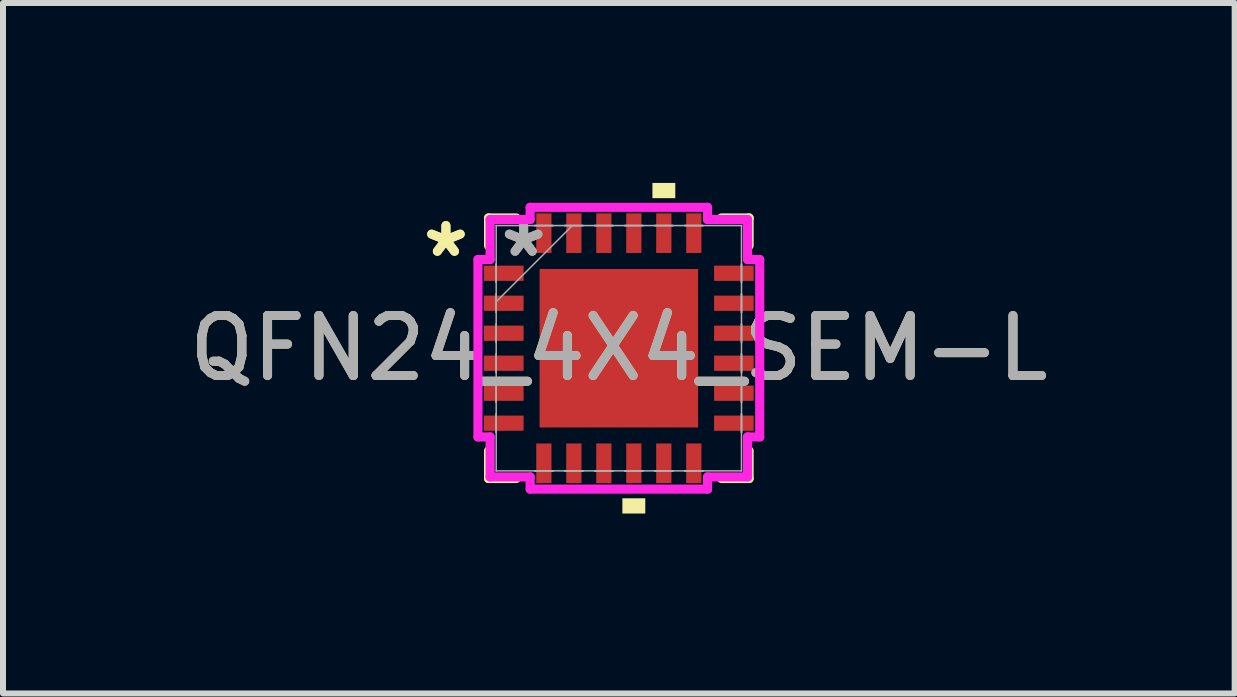
<source format=kicad_pcb>
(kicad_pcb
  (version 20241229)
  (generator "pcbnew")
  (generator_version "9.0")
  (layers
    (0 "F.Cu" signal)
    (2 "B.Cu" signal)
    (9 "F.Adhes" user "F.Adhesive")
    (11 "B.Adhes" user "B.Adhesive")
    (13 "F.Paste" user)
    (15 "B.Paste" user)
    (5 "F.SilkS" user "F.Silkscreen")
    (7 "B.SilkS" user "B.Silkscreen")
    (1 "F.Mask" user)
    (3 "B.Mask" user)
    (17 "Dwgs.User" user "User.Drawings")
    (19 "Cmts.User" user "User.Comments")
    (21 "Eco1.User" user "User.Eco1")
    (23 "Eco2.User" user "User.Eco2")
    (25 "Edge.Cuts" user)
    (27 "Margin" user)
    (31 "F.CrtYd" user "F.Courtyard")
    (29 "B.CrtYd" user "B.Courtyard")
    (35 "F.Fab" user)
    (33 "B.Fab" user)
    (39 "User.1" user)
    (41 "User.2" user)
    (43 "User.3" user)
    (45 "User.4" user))
  (footprint "QFN24_4X4_SEM-L"
    (layer "F.Cu")
    (at 7.268 2.756)
    (property "Reference" "QFN24_4X4_SEM-L" (at 0 0 0) (unlocked yes) (layer "F.SilkS") (effects (font (size 1 1) (thickness 0.15))))
    (attr smd)
    (fp_line (start -2.172 -2.172) (end -2.172 -1.71) (stroke (width 0.152) (type solid)) (layer "F.SilkS"))
    (fp_line (start -2.172 1.71) (end -2.172 2.172) (stroke (width 0.152) (type solid)) (layer "F.SilkS"))
    (fp_line (start -2.172 2.172) (end -1.71 2.172) (stroke (width 0.152) (type solid)) (layer "F.SilkS"))
    (fp_line (start -1.71 -2.172) (end -2.172 -2.172) (stroke (width 0.152) (type solid)) (layer "F.SilkS"))
    (fp_line (start 1.71 2.172) (end 2.172 2.172) (stroke (width 0.152) (type solid)) (layer "F.SilkS"))
    (fp_line (start 2.172 -2.172) (end 1.71 -2.172) (stroke (width 0.152) (type solid)) (layer "F.SilkS"))
    (fp_line (start 2.172 -1.71) (end 2.172 -2.172) (stroke (width 0.152) (type solid)) (layer "F.SilkS"))
    (fp_line (start 2.172 2.172) (end 2.172 1.71) (stroke (width 0.152) (type solid)) (layer "F.SilkS"))
    (fp_poly (pts (xy 0.059 2.502) (xy 0.059 2.756) (xy 0.441 2.756) (xy 0.441 2.502)) (stroke (width 0) (type solid)) (fill yes) (layer "F.SilkS"))
    (fp_poly (pts (xy 0.56 -2.502) (xy 0.56 -2.756) (xy 0.941 -2.756) (xy 0.941 -2.502)) (stroke (width 0) (type solid)) (fill yes) (layer "F.SilkS"))
    (fp_poly (pts (xy -1.221 -1.221) (xy -1.221 -0.1) (xy -0.1 -0.1) (xy -0.1 -1.221)) (stroke (width 0) (type solid)) (fill yes) (layer "F.Paste"))
    (fp_poly (pts (xy -1.221 0.1) (xy -1.221 1.221) (xy -0.1 1.221) (xy -0.1 0.1)) (stroke (width 0) (type solid)) (fill yes) (layer "F.Paste"))
    (fp_poly (pts (xy 0.1 -1.221) (xy 0.1 -0.1) (xy 1.221 -0.1) (xy 1.221 -1.221)) (stroke (width 0) (type solid)) (fill yes) (layer "F.Paste"))
    (fp_poly (pts (xy 0.1 0.1) (xy 0.1 1.221) (xy 1.221 1.221) (xy 1.221 0.1)) (stroke (width 0) (type solid)) (fill yes) (layer "F.Paste"))
    (fp_line (start -2.349 -1.479) (end -2.146 -1.479) (stroke (width 0.152) (type solid)) (layer "F.CrtYd"))
    (fp_line (start -2.349 1.479) (end -2.349 -1.479) (stroke (width 0.152) (type solid)) (layer "F.CrtYd"))
    (fp_line (start -2.146 -2.146) (end -1.479 -2.146) (stroke (width 0.152) (type solid)) (layer "F.CrtYd"))
    (fp_line (start -2.146 -1.479) (end -2.146 -2.146) (stroke (width 0.152) (type solid)) (layer "F.CrtYd"))
    (fp_line (start -2.146 1.479) (end -2.349 1.479) (stroke (width 0.152) (type solid)) (layer "F.CrtYd"))
    (fp_line (start -2.146 2.146) (end -2.146 1.479) (stroke (width 0.152) (type solid)) (layer "F.CrtYd"))
    (fp_line (start -1.479 -2.349) (end 1.479 -2.349) (stroke (width 0.152) (type solid)) (layer "F.CrtYd"))
    (fp_line (start -1.479 -2.146) (end -1.479 -2.349) (stroke (width 0.152) (type solid)) (layer "F.CrtYd"))
    (fp_line (start -1.479 2.146) (end -2.146 2.146) (stroke (width 0.152) (type solid)) (layer "F.CrtYd"))
    (fp_line (start -1.479 2.349) (end -1.479 2.146) (stroke (width 0.152) (type solid)) (layer "F.CrtYd"))
    (fp_line (start 1.479 -2.349) (end 1.479 -2.146) (stroke (width 0.152) (type solid)) (layer "F.CrtYd"))
    (fp_line (start 1.479 -2.146) (end 2.146 -2.146) (stroke (width 0.152) (type solid)) (layer "F.CrtYd"))
    (fp_line (start 1.479 2.146) (end 1.479 2.349) (stroke (width 0.152) (type solid)) (layer "F.CrtYd"))
    (fp_line (start 1.479 2.349) (end -1.479 2.349) (stroke (width 0.152) (type solid)) (layer "F.CrtYd"))
    (fp_line (start 2.146 -2.146) (end 2.146 -1.479) (stroke (width 0.152) (type solid)) (layer "F.CrtYd"))
    (fp_line (start 2.146 -1.479) (end 2.349 -1.479) (stroke (width 0.152) (type solid)) (layer "F.CrtYd"))
    (fp_line (start 2.146 1.479) (end 2.146 2.146) (stroke (width 0.152) (type solid)) (layer "F.CrtYd"))
    (fp_line (start 2.146 2.146) (end 1.479 2.146) (stroke (width 0.152) (type solid)) (layer "F.CrtYd"))
    (fp_line (start 2.349 -1.479) (end 2.349 1.479) (stroke (width 0.152) (type solid)) (layer "F.CrtYd"))
    (fp_line (start 2.349 1.479) (end 2.146 1.479) (stroke (width 0.152) (type solid)) (layer "F.CrtYd"))
    (fp_line (start -2.045 -2.045) (end -2.045 -2.045) (stroke (width 0.025) (type solid)) (layer "F.Fab"))
    (fp_line (start -2.045 -2.045) (end -2.045 2.045) (stroke (width 0.025) (type solid)) (layer "F.Fab"))
    (fp_line (start -2.045 -1.402) (end -2.045 -1.402) (stroke (width 0.025) (type solid)) (layer "F.Fab"))
    (fp_line (start -2.045 -1.402) (end -2.045 -1.098) (stroke (width 0.025) (type solid)) (layer "F.Fab"))
    (fp_line (start -2.045 -1.098) (end -2.045 -1.402) (stroke (width 0.025) (type solid)) (layer "F.Fab"))
    (fp_line (start -2.045 -1.098) (end -2.045 -1.098) (stroke (width 0.025) (type solid)) (layer "F.Fab"))
    (fp_line (start -2.045 -0.902) (end -2.045 -0.902) (stroke (width 0.025) (type solid)) (layer "F.Fab"))
    (fp_line (start -2.045 -0.902) (end -2.045 -0.598) (stroke (width 0.025) (type solid)) (layer "F.Fab"))
    (fp_line (start -2.045 -0.775) (end -0.775 -2.045) (stroke (width 0.025) (type solid)) (layer "F.Fab"))
    (fp_line (start -2.045 -0.598) (end -2.045 -0.902) (stroke (width 0.025) (type solid)) (layer "F.Fab"))
    (fp_line (start -2.045 -0.598) (end -2.045 -0.598) (stroke (width 0.025) (type solid)) (layer "F.Fab"))
    (fp_line (start -2.045 -0.402) (end -2.045 -0.402) (stroke (width 0.025) (type solid)) (layer "F.Fab"))
    (fp_line (start -2.045 -0.402) (end -2.045 -0.098) (stroke (width 0.025) (type solid)) (layer "F.Fab"))
    (fp_line (start -2.045 -0.098) (end -2.045 -0.402) (stroke (width 0.025) (type solid)) (layer "F.Fab"))
    (fp_line (start -2.045 -0.098) (end -2.045 -0.098) (stroke (width 0.025) (type solid)) (layer "F.Fab"))
    (fp_line (start -2.045 0.098) (end -2.045 0.098) (stroke (width 0.025) (type solid)) (layer "F.Fab"))
    (fp_line (start -2.045 0.098) (end -2.045 0.402) (stroke (width 0.025) (type solid)) (layer "F.Fab"))
    (fp_line (start -2.045 0.402) (end -2.045 0.098) (stroke (width 0.025) (type solid)) (layer "F.Fab"))
    (fp_line (start -2.045 0.402) (end -2.045 0.402) (stroke (width 0.025) (type solid)) (layer "F.Fab"))
    (fp_line (start -2.045 0.598) (end -2.045 0.598) (stroke (width 0.025) (type solid)) (layer "F.Fab"))
    (fp_line (start -2.045 0.598) (end -2.045 0.902) (stroke (width 0.025) (type solid)) (layer "F.Fab"))
    (fp_line (start -2.045 0.902) (end -2.045 0.598) (stroke (width 0.025) (type solid)) (layer "F.Fab"))
    (fp_line (start -2.045 0.902) (end -2.045 0.902) (stroke (width 0.025) (type solid)) (layer "F.Fab"))
    (fp_line (start -2.045 1.098) (end -2.045 1.098) (stroke (width 0.025) (type solid)) (layer "F.Fab"))
    (fp_line (start -2.045 1.098) (end -2.045 1.402) (stroke (width 0.025) (type solid)) (layer "F.Fab"))
    (fp_line (start -2.045 1.402) (end -2.045 1.098) (stroke (width 0.025) (type solid)) (layer "F.Fab"))
    (fp_line (start -2.045 1.402) (end -2.045 1.402) (stroke (width 0.025) (type solid)) (layer "F.Fab"))
    (fp_line (start -2.045 2.045) (end -2.045 2.045) (stroke (width 0.025) (type solid)) (layer "F.Fab"))
    (fp_line (start -2.045 2.045) (end 2.045 2.045) (stroke (width 0.025) (type solid)) (layer "F.Fab"))
    (fp_line (start -1.402 -2.045) (end -1.402 -2.045) (stroke (width 0.025) (type solid)) (layer "F.Fab"))
    (fp_line (start -1.402 -2.045) (end -1.098 -2.045) (stroke (width 0.025) (type solid)) (layer "F.Fab"))
    (fp_line (start -1.402 2.045) (end -1.402 2.045) (stroke (width 0.025) (type solid)) (layer "F.Fab"))
    (fp_line (start -1.402 2.045) (end -1.098 2.045) (stroke (width 0.025) (type solid)) (layer "F.Fab"))
    (fp_line (start -1.098 -2.045) (end -1.402 -2.045) (stroke (width 0.025) (type solid)) (layer "F.Fab"))
    (fp_line (start -1.098 -2.045) (end -1.098 -2.045) (stroke (width 0.025) (type solid)) (layer "F.Fab"))
    (fp_line (start -1.098 2.045) (end -1.402 2.045) (stroke (width 0.025) (type solid)) (layer "F.Fab"))
    (fp_line (start -1.098 2.045) (end -1.098 2.045) (stroke (width 0.025) (type solid)) (layer "F.Fab"))
    (fp_line (start -0.902 -2.045) (end -0.902 -2.045) (stroke (width 0.025) (type solid)) (layer "F.Fab"))
    (fp_line (start -0.902 -2.045) (end -0.598 -2.045) (stroke (width 0.025) (type solid)) (layer "F.Fab"))
    (fp_line (start -0.902 2.045) (end -0.902 2.045) (stroke (width 0.025) (type solid)) (layer "F.Fab"))
    (fp_line (start -0.902 2.045) (end -0.598 2.045) (stroke (width 0.025) (type solid)) (layer "F.Fab"))
    (fp_line (start -0.598 -2.045) (end -0.902 -2.045) (stroke (width 0.025) (type solid)) (layer "F.Fab"))
    (fp_line (start -0.598 -2.045) (end -0.598 -2.045) (stroke (width 0.025) (type solid)) (layer "F.Fab"))
    (fp_line (start -0.598 2.045) (end -0.902 2.045) (stroke (width 0.025) (type solid)) (layer "F.Fab"))
    (fp_line (start -0.598 2.045) (end -0.598 2.045) (stroke (width 0.025) (type solid)) (layer "F.Fab"))
    (fp_line (start -0.402 -2.045) (end -0.402 -2.045) (stroke (width 0.025) (type solid)) (layer "F.Fab"))
    (fp_line (start -0.402 -2.045) (end -0.098 -2.045) (stroke (width 0.025) (type solid)) (layer "F.Fab"))
    (fp_line (start -0.402 2.045) (end -0.402 2.045) (stroke (width 0.025) (type solid)) (layer "F.Fab"))
    (fp_line (start -0.402 2.045) (end -0.098 2.045) (stroke (width 0.025) (type solid)) (layer "F.Fab"))
    (fp_line (start -0.098 -2.045) (end -0.402 -2.045) (stroke (width 0.025) (type solid)) (layer "F.Fab"))
    (fp_line (start -0.098 -2.045) (end -0.098 -2.045) (stroke (width 0.025) (type solid)) (layer "F.Fab"))
    (fp_line (start -0.098 2.045) (end -0.402 2.045) (stroke (width 0.025) (type solid)) (layer "F.Fab"))
    (fp_line (start -0.098 2.045) (end -0.098 2.045) (stroke (width 0.025) (type solid)) (layer "F.Fab"))
    (fp_line (start 0.098 -2.045) (end 0.098 -2.045) (stroke (width 0.025) (type solid)) (layer "F.Fab"))
    (fp_line (start 0.098 -2.045) (end 0.402 -2.045) (stroke (width 0.025) (type solid)) (layer "F.Fab"))
    (fp_line (start 0.098 2.045) (end 0.098 2.045) (stroke (width 0.025) (type solid)) (layer "F.Fab"))
    (fp_line (start 0.098 2.045) (end 0.402 2.045) (stroke (width 0.025) (type solid)) (layer "F.Fab"))
    (fp_line (start 0.402 -2.045) (end 0.098 -2.045) (stroke (width 0.025) (type solid)) (layer "F.Fab"))
    (fp_line (start 0.402 -2.045) (end 0.402 -2.045) (stroke (width 0.025) (type solid)) (layer "F.Fab"))
    (fp_line (start 0.402 2.045) (end 0.098 2.045) (stroke (width 0.025) (type solid)) (layer "F.Fab"))
    (fp_line (start 0.402 2.045) (end 0.402 2.045) (stroke (width 0.025) (type solid)) (layer "F.Fab"))
    (fp_line (start 0.598 -2.045) (end 0.598 -2.045) (stroke (width 0.025) (type solid)) (layer "F.Fab"))
    (fp_line (start 0.598 -2.045) (end 0.902 -2.045) (stroke (width 0.025) (type solid)) (layer "F.Fab"))
    (fp_line (start 0.598 2.045) (end 0.598 2.045) (stroke (width 0.025) (type solid)) (layer "F.Fab"))
    (fp_line (start 0.598 2.045) (end 0.902 2.045) (stroke (width 0.025) (type solid)) (layer "F.Fab"))
    (fp_line (start 0.902 -2.045) (end 0.598 -2.045) (stroke (width 0.025) (type solid)) (layer "F.Fab"))
    (fp_line (start 0.902 -2.045) (end 0.902 -2.045) (stroke (width 0.025) (type solid)) (layer "F.Fab"))
    (fp_line (start 0.902 2.045) (end 0.598 2.045) (stroke (width 0.025) (type solid)) (layer "F.Fab"))
    (fp_line (start 0.902 2.045) (end 0.902 2.045) (stroke (width 0.025) (type solid)) (layer "F.Fab"))
    (fp_line (start 1.098 -2.045) (end 1.098 -2.045) (stroke (width 0.025) (type solid)) (layer "F.Fab"))
    (fp_line (start 1.098 -2.045) (end 1.402 -2.045) (stroke (width 0.025) (type solid)) (layer "F.Fab"))
    (fp_line (start 1.098 2.045) (end 1.098 2.045) (stroke (width 0.025) (type solid)) (layer "F.Fab"))
    (fp_line (start 1.098 2.045) (end 1.402 2.045) (stroke (width 0.025) (type solid)) (layer "F.Fab"))
    (fp_line (start 1.402 -2.045) (end 1.098 -2.045) (stroke (width 0.025) (type solid)) (layer "F.Fab"))
    (fp_line (start 1.402 -2.045) (end 1.402 -2.045) (stroke (width 0.025) (type solid)) (layer "F.Fab"))
    (fp_line (start 1.402 2.045) (end 1.098 2.045) (stroke (width 0.025) (type solid)) (layer "F.Fab"))
    (fp_line (start 1.402 2.045) (end 1.402 2.045) (stroke (width 0.025) (type solid)) (layer "F.Fab"))
    (fp_line (start 2.045 -2.045) (end -2.045 -2.045) (stroke (width 0.025) (type solid)) (layer "F.Fab"))
    (fp_line (start 2.045 -2.045) (end 2.045 -2.045) (stroke (width 0.025) (type solid)) (layer "F.Fab"))
    (fp_line (start 2.045 -1.402) (end 2.045 -1.402) (stroke (width 0.025) (type solid)) (layer "F.Fab"))
    (fp_line (start 2.045 -1.402) (end 2.045 -1.098) (stroke (width 0.025) (type solid)) (layer "F.Fab"))
    (fp_line (start 2.045 -1.098) (end 2.045 -1.402) (stroke (width 0.025) (type solid)) (layer "F.Fab"))
    (fp_line (start 2.045 -1.098) (end 2.045 -1.098) (stroke (width 0.025) (type solid)) (layer "F.Fab"))
    (fp_line (start 2.045 -0.902) (end 2.045 -0.902) (stroke (width 0.025) (type solid)) (layer "F.Fab"))
    (fp_line (start 2.045 -0.902) (end 2.045 -0.598) (stroke (width 0.025) (type solid)) (layer "F.Fab"))
    (fp_line (start 2.045 -0.598) (end 2.045 -0.902) (stroke (width 0.025) (type solid)) (layer "F.Fab"))
    (fp_line (start 2.045 -0.598) (end 2.045 -0.598) (stroke (width 0.025) (type solid)) (layer "F.Fab"))
    (fp_line (start 2.045 -0.402) (end 2.045 -0.402) (stroke (width 0.025) (type solid)) (layer "F.Fab"))
    (fp_line (start 2.045 -0.402) (end 2.045 -0.098) (stroke (width 0.025) (type solid)) (layer "F.Fab"))
    (fp_line (start 2.045 -0.098) (end 2.045 -0.402) (stroke (width 0.025) (type solid)) (layer "F.Fab"))
    (fp_line (start 2.045 -0.098) (end 2.045 -0.098) (stroke (width 0.025) (type solid)) (layer "F.Fab"))
    (fp_line (start 2.045 0.098) (end 2.045 0.098) (stroke (width 0.025) (type solid)) (layer "F.Fab"))
    (fp_line (start 2.045 0.098) (end 2.045 0.402) (stroke (width 0.025) (type solid)) (layer "F.Fab"))
    (fp_line (start 2.045 0.402) (end 2.045 0.098) (stroke (width 0.025) (type solid)) (layer "F.Fab"))
    (fp_line (start 2.045 0.402) (end 2.045 0.402) (stroke (width 0.025) (type solid)) (layer "F.Fab"))
    (fp_line (start 2.045 0.598) (end 2.045 0.598) (stroke (width 0.025) (type solid)) (layer "F.Fab"))
    (fp_line (start 2.045 0.598) (end 2.045 0.902) (stroke (width 0.025) (type solid)) (layer "F.Fab"))
    (fp_line (start 2.045 0.902) (end 2.045 0.598) (stroke (width 0.025) (type solid)) (layer "F.Fab"))
    (fp_line (start 2.045 0.902) (end 2.045 0.902) (stroke (width 0.025) (type solid)) (layer "F.Fab"))
    (fp_line (start 2.045 1.098) (end 2.045 1.098) (stroke (width 0.025) (type solid)) (layer "F.Fab"))
    (fp_line (start 2.045 1.098) (end 2.045 1.402) (stroke (width 0.025) (type solid)) (layer "F.Fab"))
    (fp_line (start 2.045 1.402) (end 2.045 1.098) (stroke (width 0.025) (type solid)) (layer "F.Fab"))
    (fp_line (start 2.045 1.402) (end 2.045 1.402) (stroke (width 0.025) (type solid)) (layer "F.Fab"))
    (fp_line (start 2.045 2.045) (end 2.045 -2.045) (stroke (width 0.025) (type solid)) (layer "F.Fab"))
    (fp_line (start 2.045 2.045) (end 2.045 2.045) (stroke (width 0.025) (type solid)) (layer "F.Fab"))
    (fp_text user "*" (at -2.883 -1.5 0) (layer "F.SilkS") (effects (font (size 1 1) (thickness 0.15))))
    (fp_text user "*" (at -2.883 -1.5 0) (unlocked yes) (layer "F.SilkS") (effects (font (size 1 1) (thickness 0.15))))
    (fp_text user "*" (at -1.587 -1.5 0) (unlocked yes) (layer "F.Fab") (effects (font (size 1 1) (thickness 0.15))))
    (fp_text user "${REFERENCE}" (at 0 0 0) (unlocked yes) (layer "F.Fab") (effects (font (size 1 1) (thickness 0.15))))
    (fp_text user "*" (at -1.587 -1.5 0) (layer "F.Fab") (effects (font (size 1 1) (thickness 0.15))))
    (pad "1" smd rect (at -1.918 -1.25 90) (size 0.254 0.66) (layers "F.Cu" "F.Mask" "F.Paste"))
    (pad "2" smd rect (at -1.918 -0.75 90) (size 0.254 0.66) (layers "F.Cu" "F.Mask" "F.Paste"))
    (pad "3" smd rect (at -1.918 -0.25 90) (size 0.254 0.66) (layers "F.Cu" "F.Mask" "F.Paste"))
    (pad "4" smd rect (at -1.918 0.25 90) (size 0.254 0.66) (layers "F.Cu" "F.Mask" "F.Paste"))
    (pad "5" smd rect (at -1.918 0.75 90) (size 0.254 0.66) (layers "F.Cu" "F.Mask" "F.Paste"))
    (pad "6" smd rect (at -1.918 1.25 90) (size 0.254 0.66) (layers "F.Cu" "F.Mask" "F.Paste"))
    (pad "7" smd rect (at -1.25 1.918) (size 0.254 0.66) (layers "F.Cu" "F.Mask" "F.Paste"))
    (pad "8" smd rect (at -0.75 1.918) (size 0.254 0.66) (layers "F.Cu" "F.Mask" "F.Paste"))
    (pad "9" smd rect (at -0.25 1.918) (size 0.254 0.66) (layers "F.Cu" "F.Mask" "F.Paste"))
    (pad "10" smd rect (at 0.25 1.918) (size 0.254 0.66) (layers "F.Cu" "F.Mask" "F.Paste"))
    (pad "11" smd rect (at 0.75 1.918) (size 0.254 0.66) (layers "F.Cu" "F.Mask" "F.Paste"))
    (pad "12" smd rect (at 1.25 1.918) (size 0.254 0.66) (layers "F.Cu" "F.Mask" "F.Paste"))
    (pad "13" smd rect (at 1.918 1.25 90) (size 0.254 0.66) (layers "F.Cu" "F.Mask" "F.Paste"))
    (pad "14" smd rect (at 1.918 0.75 90) (size 0.254 0.66) (layers "F.Cu" "F.Mask" "F.Paste"))
    (pad "15" smd rect (at 1.918 0.25 90) (size 0.254 0.66) (layers "F.Cu" "F.Mask" "F.Paste"))
    (pad "16" smd rect (at 1.918 -0.25 90) (size 0.254 0.66) (layers "F.Cu" "F.Mask" "F.Paste"))
    (pad "17" smd rect (at 1.918 -0.75 90) (size 0.254 0.66) (layers "F.Cu" "F.Mask" "F.Paste"))
    (pad "18" smd rect (at 1.918 -1.25 90) (size 0.254 0.66) (layers "F.Cu" "F.Mask" "F.Paste"))
    (pad "19" smd rect (at 1.25 -1.918) (size 0.254 0.66) (layers "F.Cu" "F.Mask" "F.Paste"))
    (pad "20" smd rect (at 0.75 -1.918) (size 0.254 0.66) (layers "F.Cu" "F.Mask" "F.Paste"))
    (pad "21" smd rect (at 0.25 -1.918) (size 0.254 0.66) (layers "F.Cu" "F.Mask" "F.Paste"))
    (pad "22" smd rect (at -0.25 -1.918) (size 0.254 0.66) (layers "F.Cu" "F.Mask" "F.Paste"))
    (pad "23" smd rect (at -0.75 -1.918) (size 0.254 0.66) (layers "F.Cu" "F.Mask" "F.Paste"))
    (pad "24" smd rect (at -1.25 -1.918) (size 0.254 0.66) (layers "F.Cu" "F.Mask" "F.Paste"))
    (pad "25" smd rect (at 0 0) (size 2.642 2.642) (layers "F.Cu" "F.Mask" "F.Paste")))
  (gr_rect
    (start -3 -3)
    (end 17.536 8.512)
    (stroke (width 0.1) (type default))
    (fill no)
    (layer "Edge.Cuts")))
</source>
